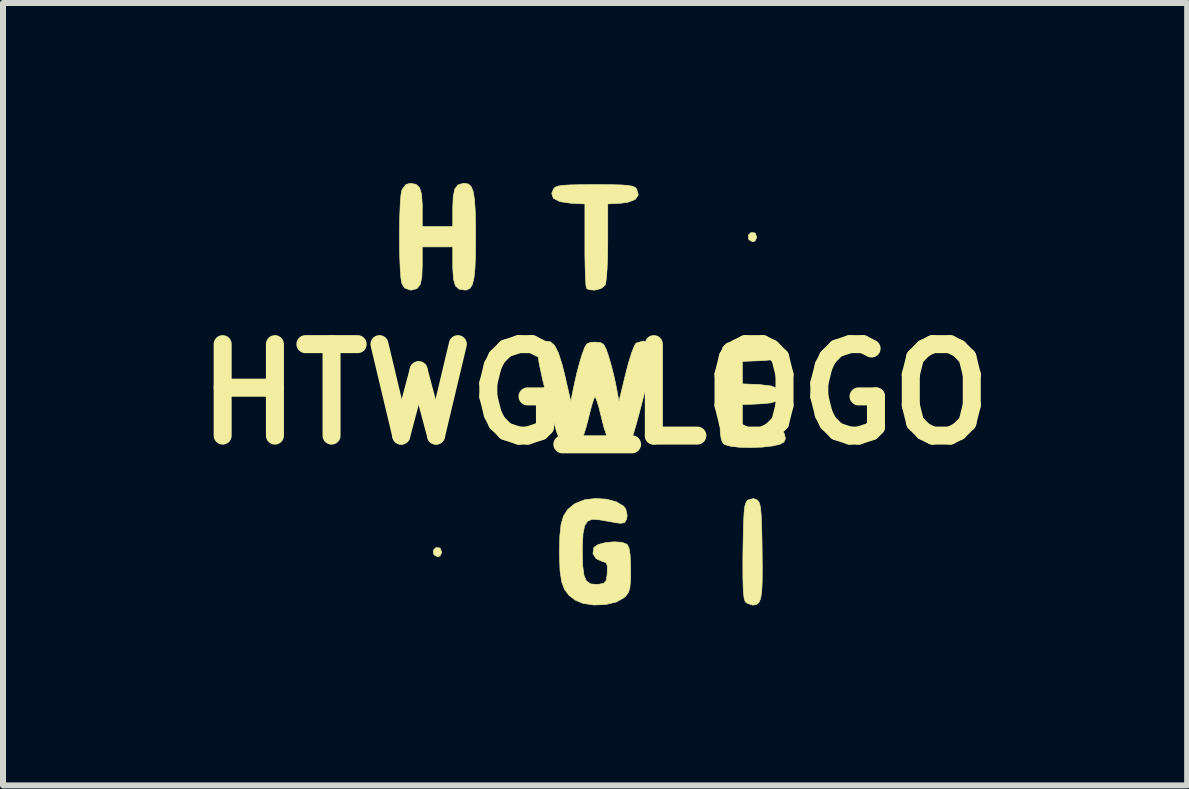
<source format=kicad_pcb>
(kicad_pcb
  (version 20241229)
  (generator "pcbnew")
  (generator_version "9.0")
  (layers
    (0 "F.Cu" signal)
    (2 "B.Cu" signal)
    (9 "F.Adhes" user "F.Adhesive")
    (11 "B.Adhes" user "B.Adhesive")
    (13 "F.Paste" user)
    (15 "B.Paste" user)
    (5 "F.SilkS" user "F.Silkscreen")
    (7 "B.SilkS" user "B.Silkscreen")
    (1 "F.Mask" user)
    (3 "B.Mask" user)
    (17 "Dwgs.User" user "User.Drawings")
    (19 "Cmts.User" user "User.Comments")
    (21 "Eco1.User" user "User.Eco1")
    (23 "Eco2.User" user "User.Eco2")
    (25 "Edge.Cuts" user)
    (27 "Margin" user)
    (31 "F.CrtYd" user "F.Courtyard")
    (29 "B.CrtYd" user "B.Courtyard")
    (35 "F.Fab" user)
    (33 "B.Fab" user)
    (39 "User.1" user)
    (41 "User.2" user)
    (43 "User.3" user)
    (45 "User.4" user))
  (footprint "HTWG_LOGO"
    (layer "F.Cu")
    (at 6.865 3.519)
    (property "Reference" "HTWG_LOGO" (at 0 0 0) (layer "F.SilkS") (effects (font (size 1.524 1.524) (thickness 0.3))))
    (attr through_hole)
    (fp_poly (pts (xy -2.589 2.561) (xy -2.578 2.57) (xy -2.554 2.637) (xy -2.585 2.696) (xy -2.625 2.709) (xy -2.679 2.678) (xy -2.69 2.663) (xy -2.695 2.599) (xy -2.651 2.555) (xy -2.589 2.561)) (stroke (width 0.01) (type solid)) (fill yes) (layer "F.SilkS"))
    (fp_poly (pts (xy 2.66 -2.689) (xy 2.672 -2.679) (xy 2.695 -2.612) (xy 2.665 -2.553) (xy 2.625 -2.54) (xy 2.57 -2.571) (xy 2.559 -2.586) (xy 2.554 -2.651) (xy 2.599 -2.694) (xy 2.66 -2.689)) (stroke (width 0.01) (type solid)) (fill yes) (layer "F.SilkS"))
    (fp_poly (pts (xy 2.699 1.762) (xy 2.725 1.786) (xy 2.745 1.831) (xy 2.759 1.906) (xy 2.769 2.025) (xy 2.776 2.198) (xy 2.782 2.437) (xy 2.784 2.603) (xy 2.787 2.904) (xy 2.785 3.131) (xy 2.777 3.295) (xy 2.759 3.404) (xy 2.731 3.47) (xy 2.691 3.503) (xy 2.637 3.513) (xy 2.625 3.514) (xy 2.534 3.483) (xy 2.502 3.455) (xy 2.483 3.395) (xy 2.47 3.266) (xy 2.464 3.062) (xy 2.463 2.781) (xy 2.465 2.603) (xy 2.47 2.321) (xy 2.476 2.113) (xy 2.484 1.966) (xy 2.496 1.868) (xy 2.513 1.808) (xy 2.535 1.774) (xy 2.551 1.762) (xy 2.642 1.738) (xy 2.699 1.762)) (stroke (width 0.01) (type solid)) (fill yes) (layer "F.SilkS"))
    (fp_poly (pts (xy 0.251 -3.492) (xy 0.43 -3.488) (xy 0.551 -3.479) (xy 0.627 -3.465) (xy 0.671 -3.444) (xy 0.694 -3.418) (xy 0.721 -3.321) (xy 0.671 -3.246) (xy 0.547 -3.198) (xy 0.43 -3.183) (xy 0.212 -3.171) (xy 0.212 -2.535) (xy 0.209 -2.299) (xy 0.201 -2.092) (xy 0.189 -1.932) (xy 0.174 -1.834) (xy 0.168 -1.818) (xy 0.099 -1.761) (xy -0.007 -1.734) (xy -0.107 -1.743) (xy -0.141 -1.764) (xy -0.151 -1.814) (xy -0.159 -1.933) (xy -0.165 -2.108) (xy -0.169 -2.323) (xy -0.169 -2.481) (xy -0.169 -3.171) (xy -0.408 -3.183) (xy -0.588 -3.21) (xy -0.694 -3.265) (xy -0.722 -3.345) (xy -0.694 -3.418) (xy -0.667 -3.447) (xy -0.62 -3.467) (xy -0.539 -3.481) (xy -0.412 -3.488) (xy -0.225 -3.492) (xy 0 -3.493) (xy 0.251 -3.492)) (stroke (width 0.01) (type solid)) (fill yes) (layer "F.SilkS"))
    (fp_poly (pts (xy -2.109 -3.502) (xy -2.063 -3.459) (xy -2.03 -3.376) (xy -2.008 -3.242) (xy -1.996 -3.049) (xy -1.99 -2.785) (xy -1.99 -2.625) (xy -1.992 -2.323) (xy -2.001 -2.096) (xy -2.018 -1.933) (xy -2.045 -1.826) (xy -2.084 -1.765) (xy -2.138 -1.738) (xy -2.171 -1.736) (xy -2.265 -1.751) (xy -2.326 -1.806) (xy -2.358 -1.915) (xy -2.37 -2.09) (xy -2.371 -2.146) (xy -2.371 -2.455) (xy -2.879 -2.455) (xy -2.879 -2.146) (xy -2.886 -1.952) (xy -2.913 -1.828) (xy -2.966 -1.761) (xy -3.051 -1.737) (xy -3.079 -1.736) (xy -3.174 -1.771) (xy -3.218 -1.844) (xy -3.234 -1.931) (xy -3.246 -2.083) (xy -3.254 -2.282) (xy -3.258 -2.509) (xy -3.258 -2.745) (xy -3.254 -2.972) (xy -3.246 -3.17) (xy -3.234 -3.321) (xy -3.218 -3.405) (xy -3.152 -3.495) (xy -3.079 -3.514) (xy -2.984 -3.498) (xy -2.924 -3.443) (xy -2.891 -3.335) (xy -2.879 -3.159) (xy -2.879 -3.103) (xy -2.879 -2.794) (xy -2.371 -2.794) (xy -2.371 -3.103) (xy -2.363 -3.297) (xy -2.336 -3.421) (xy -2.283 -3.489) (xy -2.198 -3.513) (xy -2.171 -3.514) (xy -2.109 -3.502)) (stroke (width 0.01) (type solid)) (fill yes) (layer "F.SilkS"))
    (fp_poly (pts (xy 2.585 -0.882) (xy 2.646 -0.88) (xy 2.846 -0.872) (xy 2.976 -0.858) (xy 3.055 -0.837) (xy 3.099 -0.805) (xy 3.107 -0.794) (xy 3.131 -0.702) (xy 3.107 -0.646) (xy 3.059 -0.603) (xy 2.968 -0.577) (xy 2.817 -0.562) (xy 2.758 -0.559) (xy 2.455 -0.547) (xy 2.455 -0.173) (xy 2.737 -0.161) (xy 2.936 -0.137) (xy 3.056 -0.089) (xy 3.096 -0.014) (xy 3.065 0.074) (xy 3.013 0.118) (xy 2.915 0.146) (xy 2.751 0.16) (xy 2.737 0.161) (xy 2.455 0.173) (xy 2.455 0.547) (xy 2.779 0.559) (xy 2.957 0.57) (xy 3.068 0.59) (xy 3.13 0.623) (xy 3.149 0.646) (xy 3.173 0.737) (xy 3.149 0.794) (xy 3.083 0.833) (xy 2.956 0.862) (xy 2.788 0.881) (xy 2.603 0.888) (xy 2.423 0.885) (xy 2.27 0.869) (xy 2.165 0.84) (xy 2.142 0.824) (xy 2.117 0.787) (xy 2.099 0.726) (xy 2.087 0.629) (xy 2.079 0.483) (xy 2.075 0.277) (xy 2.074 0.004) (xy 2.074 -0.294) (xy 2.079 -0.518) (xy 2.096 -0.678) (xy 2.13 -0.784) (xy 2.19 -0.847) (xy 2.281 -0.878) (xy 2.41 -0.886) (xy 2.585 -0.882)) (stroke (width 0.01) (type solid)) (fill yes) (layer "F.SilkS"))
    (fp_poly (pts (xy 0.191 1.749) (xy 0.356 1.793) (xy 0.476 1.865) (xy 0.511 1.911) (xy 0.535 2.018) (xy 0.527 2.08) (xy 0.494 2.138) (xy 0.427 2.151) (xy 0.356 2.142) (xy 0.205 2.115) (xy 0.07 2.092) (xy -0.043 2.083) (xy -0.122 2.113) (xy -0.173 2.19) (xy -0.201 2.326) (xy -0.211 2.532) (xy -0.212 2.625) (xy -0.206 2.856) (xy -0.185 3.015) (xy -0.143 3.112) (xy -0.075 3.16) (xy 0.026 3.169) (xy 0.058 3.167) (xy 0.143 3.151) (xy 0.184 3.108) (xy 0.201 3.013) (xy 0.203 2.977) (xy 0.206 2.863) (xy 0.184 2.808) (xy 0.128 2.787) (xy 0.123 2.787) (xy 0.018 2.74) (xy -0.035 2.656) (xy -0.021 2.558) (xy -0.017 2.551) (xy 0.054 2.503) (xy 0.177 2.472) (xy 0.319 2.459) (xy 0.449 2.468) (xy 0.533 2.501) (xy 0.565 2.558) (xy 0.584 2.672) (xy 0.592 2.854) (xy 0.593 2.919) (xy 0.591 3.1) (xy 0.581 3.218) (xy 0.56 3.295) (xy 0.521 3.352) (xy 0.485 3.389) (xy 0.355 3.462) (xy 0.177 3.504) (xy -0.019 3.512) (xy -0.204 3.484) (xy -0.326 3.433) (xy -0.433 3.352) (xy -0.508 3.254) (xy -0.556 3.125) (xy -0.583 2.948) (xy -0.592 2.707) (xy -0.593 2.625) (xy -0.587 2.362) (xy -0.566 2.168) (xy -0.524 2.027) (xy -0.457 1.923) (xy -0.36 1.84) (xy -0.326 1.819) (xy -0.174 1.759) (xy 0.006 1.737) (xy 0.191 1.749)) (stroke (width 0.01) (type solid)) (fill yes) (layer "F.SilkS"))
    (fp_poly (pts (xy 0.91 -0.842) (xy 0.945 -0.803) (xy 0.965 -0.763) (xy 0.973 -0.71) (xy 0.967 -0.63) (xy 0.945 -0.511) (xy 0.905 -0.34) (xy 0.846 -0.104) (xy 0.821 -0.009) (xy 0.745 0.284) (xy 0.685 0.505) (xy 0.637 0.665) (xy 0.597 0.772) (xy 0.56 0.839) (xy 0.522 0.873) (xy 0.479 0.887) (xy 0.425 0.889) (xy 0.334 0.874) (xy 0.263 0.82) (xy 0.203 0.716) (xy 0.147 0.549) (xy 0.102 0.37) (xy 0.064 0.217) (xy 0.029 0.102) (xy 0.004 0.045) (xy 0 0.042) (xy -0.021 0.08) (xy -0.054 0.182) (xy -0.092 0.326) (xy -0.102 0.37) (xy -0.146 0.54) (xy -0.193 0.688) (xy -0.233 0.785) (xy -0.238 0.794) (xy -0.33 0.872) (xy -0.446 0.882) (xy -0.557 0.822) (xy -0.559 0.82) (xy -0.592 0.756) (xy -0.64 0.625) (xy -0.697 0.439) (xy -0.76 0.214) (xy -0.811 0.014) (xy -0.88 -0.274) (xy -0.927 -0.492) (xy -0.952 -0.649) (xy -0.954 -0.756) (xy -0.934 -0.823) (xy -0.892 -0.862) (xy -0.828 -0.882) (xy -0.828 -0.882) (xy -0.746 -0.875) (xy -0.674 -0.813) (xy -0.61 -0.687) (xy -0.547 -0.49) (xy -0.505 -0.32) (xy -0.404 0.12) (xy -0.347 -0.159) (xy -0.305 -0.347) (xy -0.254 -0.538) (xy -0.219 -0.653) (xy -0.174 -0.778) (xy -0.132 -0.842) (xy -0.071 -0.865) (xy 0 -0.868) (xy 0.087 -0.862) (xy 0.141 -0.833) (xy 0.182 -0.759) (xy 0.222 -0.645) (xy 0.272 -0.474) (xy 0.322 -0.274) (xy 0.348 -0.151) (xy 0.399 0.119) (xy 0.512 -0.348) (xy 0.562 -0.538) (xy 0.612 -0.697) (xy 0.656 -0.808) (xy 0.683 -0.851) (xy 0.803 -0.887) (xy 0.91 -0.842)) (stroke (width 0.01) (type solid)) (fill yes) (layer "F.SilkS")))
  (gr_rect
    (start -3 -3)
    (end 16.731 10.037)
    (stroke (width 0.1) (type default))
    (fill no)
    (layer "Edge.Cuts")))
</source>
